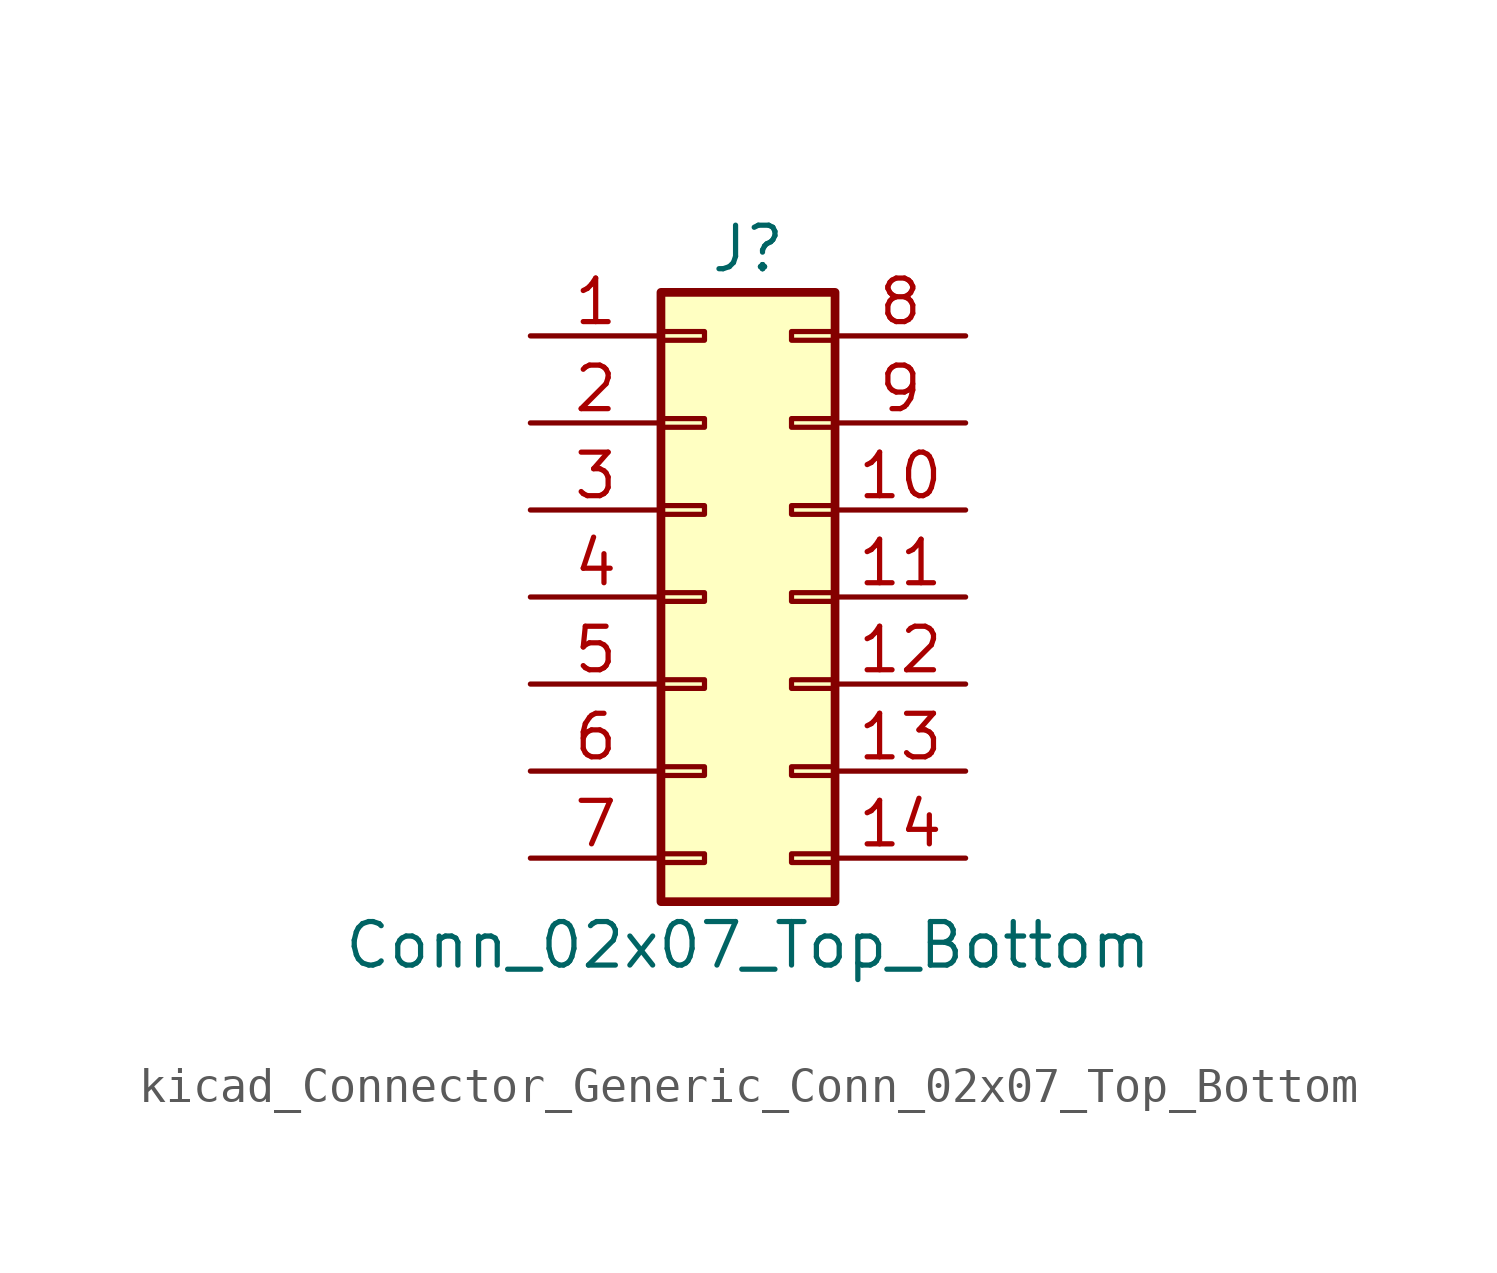
<source format=kicad_sym>
(kicad_symbol_lib
  (version 20220914)
  (generator kicad_symbol_editor)
  (symbol "kicad_Connector_Generic_Conn_02x07_Top_Bottom"
    (pin_names
      (offset 1.016) hide)
    (property "Reference" "J"
      (at 1.27 10.16 0)
      (effects (font (size 1.27 1.27))))
    (property "Value" "Conn_02x07_Top_Bottom"
      (at 1.27 -10.16 0)
      (effects (font (size 1.27 1.27))))
    (symbol "kicad_Connector_Generic_Conn_02x07_Top_Bottom_1_1"
      (rectangle (start -1.27 -7.493) (end 0 -7.747) (stroke (width 0.152) (type default)) (fill (type none)))
      (rectangle (start -1.27 -4.953) (end 0 -5.207) (stroke (width 0.152) (type default)) (fill (type none)))
      (rectangle (start -1.27 -2.413) (end 0 -2.667) (stroke (width 0.152) (type default)) (fill (type none)))
      (rectangle (start -1.27 0.127) (end 0 -0.127) (stroke (width 0.152) (type default)) (fill (type none)))
      (rectangle (start -1.27 2.667) (end 0 2.413) (stroke (width 0.152) (type default)) (fill (type none)))
      (rectangle (start -1.27 5.207) (end 0 4.953) (stroke (width 0.152) (type default)) (fill (type none)))
      (rectangle (start -1.27 7.747) (end 0 7.493) (stroke (width 0.152) (type default)) (fill (type none)))
      (rectangle (start -1.27 8.89) (end 3.81 -8.89) (stroke (width 0.254) (type default)) (fill (type background)))
      (rectangle (start 3.81 -7.493) (end 2.54 -7.747) (stroke (width 0.152) (type default)) (fill (type none)))
      (rectangle (start 3.81 -4.953) (end 2.54 -5.207) (stroke (width 0.152) (type default)) (fill (type none)))
      (rectangle (start 3.81 -2.413) (end 2.54 -2.667) (stroke (width 0.152) (type default)) (fill (type none)))
      (rectangle (start 3.81 0.127) (end 2.54 -0.127) (stroke (width 0.152) (type default)) (fill (type none)))
      (rectangle (start 3.81 2.667) (end 2.54 2.413) (stroke (width 0.152) (type default)) (fill (type none)))
      (rectangle (start 3.81 5.207) (end 2.54 4.953) (stroke (width 0.152) (type default)) (fill (type none)))
      (rectangle (start 3.81 7.747) (end 2.54 7.493) (stroke (width 0.152) (type default)) (fill (type none)))
      (pin passive line (at -5.08 7.62 0) (length 3.81) (name "Pin_1" (effects (font (size 1.27 1.27)))) (number "1" (effects (font (size 1.27 1.27)))))
      (pin passive line (at 7.62 2.54 180) (length 3.81) (name "Pin_10" (effects (font (size 1.27 1.27)))) (number "10" (effects (font (size 1.27 1.27)))))
      (pin passive line (at 7.62 0 180) (length 3.81) (name "Pin_11" (effects (font (size 1.27 1.27)))) (number "11" (effects (font (size 1.27 1.27)))))
      (pin passive line (at 7.62 -2.54 180) (length 3.81) (name "Pin_12" (effects (font (size 1.27 1.27)))) (number "12" (effects (font (size 1.27 1.27)))))
      (pin passive line (at 7.62 -5.08 180) (length 3.81) (name "Pin_13" (effects (font (size 1.27 1.27)))) (number "13" (effects (font (size 1.27 1.27)))))
      (pin passive line (at 7.62 -7.62 180) (length 3.81) (name "Pin_14" (effects (font (size 1.27 1.27)))) (number "14" (effects (font (size 1.27 1.27)))))
      (pin passive line (at -5.08 5.08 0) (length 3.81) (name "Pin_2" (effects (font (size 1.27 1.27)))) (number "2" (effects (font (size 1.27 1.27)))))
      (pin passive line (at -5.08 2.54 0) (length 3.81) (name "Pin_3" (effects (font (size 1.27 1.27)))) (number "3" (effects (font (size 1.27 1.27)))))
      (pin passive line (at -5.08 0 0) (length 3.81) (name "Pin_4" (effects (font (size 1.27 1.27)))) (number "4" (effects (font (size 1.27 1.27)))))
      (pin passive line (at -5.08 -2.54 0) (length 3.81) (name "Pin_5" (effects (font (size 1.27 1.27)))) (number "5" (effects (font (size 1.27 1.27)))))
      (pin passive line (at -5.08 -5.08 0) (length 3.81) (name "Pin_6" (effects (font (size 1.27 1.27)))) (number "6" (effects (font (size 1.27 1.27)))))
      (pin passive line (at -5.08 -7.62 0) (length 3.81) (name "Pin_7" (effects (font (size 1.27 1.27)))) (number "7" (effects (font (size 1.27 1.27)))))
      (pin passive line (at 7.62 7.62 180) (length 3.81) (name "Pin_8" (effects (font (size 1.27 1.27)))) (number "8" (effects (font (size 1.27 1.27)))))
      (pin passive line (at 7.62 5.08 180) (length 3.81) (name "Pin_9" (effects (font (size 1.27 1.27)))) (number "9" (effects (font (size 1.27 1.27))))))))
</source>
